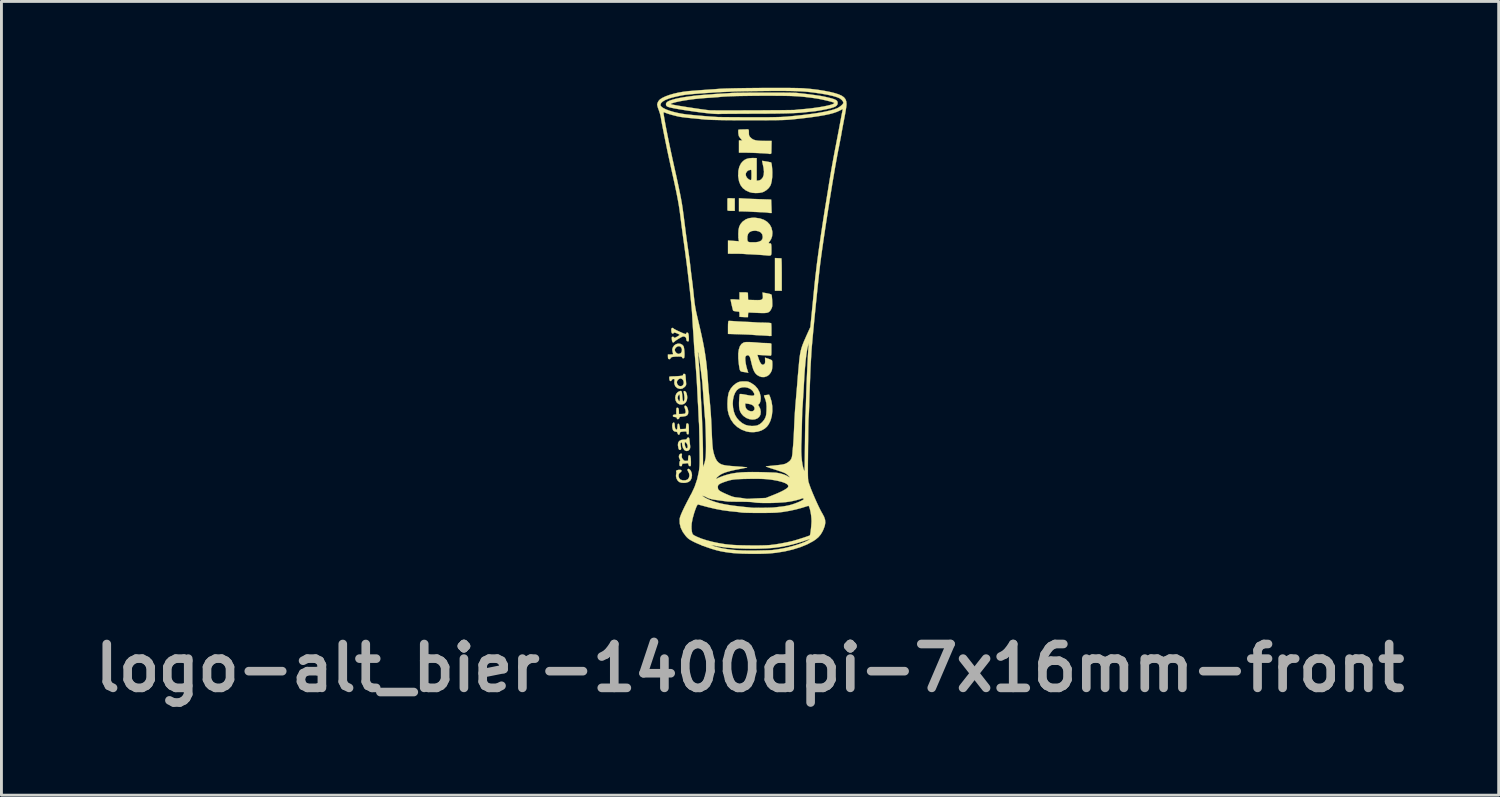
<source format=kicad_pcb>
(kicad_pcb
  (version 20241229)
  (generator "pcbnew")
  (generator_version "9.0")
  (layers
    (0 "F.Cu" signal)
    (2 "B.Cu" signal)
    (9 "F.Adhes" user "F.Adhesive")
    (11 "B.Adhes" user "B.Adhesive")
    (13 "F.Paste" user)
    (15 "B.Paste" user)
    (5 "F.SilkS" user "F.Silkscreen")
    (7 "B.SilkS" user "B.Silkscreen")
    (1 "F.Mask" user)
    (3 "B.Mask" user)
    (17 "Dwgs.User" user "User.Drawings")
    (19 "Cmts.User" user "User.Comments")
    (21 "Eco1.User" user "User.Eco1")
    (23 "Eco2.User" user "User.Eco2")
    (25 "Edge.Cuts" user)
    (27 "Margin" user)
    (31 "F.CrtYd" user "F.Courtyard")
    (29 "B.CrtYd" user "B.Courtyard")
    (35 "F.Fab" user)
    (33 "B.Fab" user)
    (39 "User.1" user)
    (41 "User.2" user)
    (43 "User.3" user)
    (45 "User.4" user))
  (footprint "logo-alt_bier-1400dpi-7x16mm-front"
    (layer "F.Cu")
    (at 23.062 8.087)
    (property "Reference" "logo-alt_bier-1400dpi-7x16mm-front" (at -0.05 12.075 0) (layer "F.Fab") (effects (font (size 1.524 1.524) (thickness 0.3))))
    (attr through_hole)
    (fp_poly (pts (xy 0.921 -2.166) (xy 0.98 -2.164) (xy 1.023 -2.161) (xy 1.039 -2.16) (xy 1.042 -2.143) (xy 1.045 -2.093) (xy 1.048 -2.016) (xy 1.05 -1.915) (xy 1.051 -1.796) (xy 1.052 -1.663) (xy 1.052 -1.597) (xy 1.052 -1.034) (xy 0.816 -1.034) (xy 0.816 -2.171) (xy 0.921 -2.166)) (stroke (width 0.01) (type solid)) (fill yes) (layer "F.SilkS"))
    (fp_poly (pts (xy -0.708 -4.248) (xy -0.581 -4.242) (xy -0.581 -3.81) (xy -0.708 -3.81) (xy -0.782 -3.812) (xy -0.823 -3.82) (xy -0.835 -3.833) (xy -0.836 -3.869) (xy -0.836 -3.929) (xy -0.836 -4.002) (xy -0.836 -4.078) (xy -0.836 -4.148) (xy -0.836 -4.201) (xy -0.836 -4.227) (xy -0.829 -4.242) (xy -0.804 -4.249) (xy -0.754 -4.25) (xy -0.708 -4.248)) (stroke (width 0.01) (type solid)) (fill yes) (layer "F.SilkS"))
    (fp_poly (pts (xy -0.268 -4.239) (xy -0.197 -4.235) (xy -0.099 -4.23) (xy 0.019 -4.225) (xy 0.146 -4.221) (xy 0.275 -4.216) (xy 0.29 -4.216) (xy 0.405 -4.213) (xy 0.507 -4.209) (xy 0.59 -4.207) (xy 0.649 -4.204) (xy 0.68 -4.203) (xy 0.683 -4.202) (xy 0.684 -4.185) (xy 0.687 -4.137) (xy 0.689 -4.067) (xy 0.692 -3.982) (xy 0.693 -3.969) (xy 0.7 -3.737) (xy 0.643 -3.737) (xy 0.601 -3.74) (xy 0.578 -3.746) (xy 0.578 -3.746) (xy 0.558 -3.749) (xy 0.508 -3.754) (xy 0.435 -3.759) (xy 0.345 -3.763) (xy 0.298 -3.765) (xy 0.194 -3.77) (xy 0.095 -3.774) (xy 0.01 -3.779) (xy -0.05 -3.782) (xy -0.064 -3.783) (xy -0.129 -3.786) (xy -0.212 -3.789) (xy -0.295 -3.791) (xy -0.435 -3.792) (xy -0.435 -4.25) (xy -0.268 -4.239)) (stroke (width 0.01) (type solid)) (fill yes) (layer "F.SilkS"))
    (fp_poly (pts (xy -2.182 5.156) (xy -2.141 5.18) (xy -2.105 5.231) (xy -2.079 5.298) (xy -2.068 5.37) (xy -2.068 5.374) (xy -2.082 5.477) (xy -2.122 5.556) (xy -2.188 5.609) (xy -2.28 5.637) (xy -2.349 5.642) (xy -2.442 5.635) (xy -2.51 5.611) (xy -2.515 5.608) (xy -2.569 5.556) (xy -2.607 5.484) (xy -2.624 5.406) (xy -2.618 5.344) (xy -2.609 5.297) (xy -2.613 5.262) (xy -2.614 5.259) (xy -2.619 5.227) (xy -2.592 5.203) (xy -2.538 5.19) (xy -2.511 5.189) (xy -2.46 5.191) (xy -2.437 5.202) (xy -2.431 5.224) (xy -2.431 5.226) (xy -2.448 5.262) (xy -2.475 5.279) (xy -2.513 5.311) (xy -2.532 5.362) (xy -2.532 5.421) (xy -2.513 5.478) (xy -2.476 5.522) (xy -2.462 5.53) (xy -2.384 5.554) (xy -2.303 5.554) (xy -2.233 5.53) (xy -2.204 5.507) (xy -2.169 5.449) (xy -2.157 5.376) (xy -2.171 5.303) (xy -2.197 5.254) (xy -2.221 5.21) (xy -2.222 5.174) (xy -2.202 5.156) (xy -2.182 5.156)) (stroke (width 0.01) (type solid)) (fill yes) (layer "F.SilkS"))
    (fp_poly (pts (xy -2.263 2.978) (xy -2.234 3.02) (xy -2.211 3.08) (xy -2.198 3.15) (xy -2.197 3.178) (xy -2.205 3.246) (xy -2.235 3.293) (xy -2.291 3.321) (xy -2.378 3.335) (xy -2.382 3.335) (xy -2.447 3.34) (xy -2.484 3.348) (xy -2.502 3.362) (xy -2.507 3.381) (xy -2.523 3.412) (xy -2.552 3.427) (xy -2.58 3.424) (xy -2.594 3.399) (xy -2.594 3.395) (xy -2.602 3.37) (xy -2.631 3.357) (xy -2.662 3.353) (xy -2.709 3.345) (xy -2.728 3.328) (xy -2.731 3.311) (xy -2.721 3.284) (xy -2.687 3.271) (xy -2.672 3.269) (xy -2.613 3.263) (xy -2.613 3.147) (xy -2.611 3.083) (xy -2.606 3.048) (xy -2.594 3.033) (xy -2.578 3.03) (xy -2.548 3.039) (xy -2.53 3.072) (xy -2.523 3.132) (xy -2.522 3.167) (xy -2.522 3.248) (xy -2.433 3.248) (xy -2.374 3.245) (xy -2.328 3.24) (xy -2.315 3.237) (xy -2.292 3.21) (xy -2.287 3.16) (xy -2.299 3.095) (xy -2.314 3.053) (xy -2.33 3) (xy -2.324 2.97) (xy -2.322 2.968) (xy -2.293 2.958) (xy -2.263 2.978)) (stroke (width 0.01) (type solid)) (fill yes) (layer "F.SilkS"))
    (fp_poly (pts (xy -2.431 2.461) (xy -2.417 2.502) (xy -2.408 2.572) (xy -2.403 2.631) (xy -2.396 2.707) (xy -2.388 2.767) (xy -2.38 2.804) (xy -2.375 2.812) (xy -2.356 2.798) (xy -2.339 2.773) (xy -2.328 2.728) (xy -2.329 2.655) (xy -2.343 2.553) (xy -2.351 2.507) (xy -2.357 2.466) (xy -2.348 2.451) (xy -2.321 2.452) (xy -2.285 2.475) (xy -2.257 2.527) (xy -2.239 2.605) (xy -2.233 2.682) (xy -2.246 2.772) (xy -2.284 2.844) (xy -2.341 2.895) (xy -2.412 2.919) (xy -2.492 2.914) (xy -2.544 2.893) (xy -2.601 2.843) (xy -2.636 2.774) (xy -2.649 2.694) (xy -2.646 2.669) (xy -2.566 2.669) (xy -2.565 2.708) (xy -2.55 2.749) (xy -2.525 2.797) (xy -2.506 2.81) (xy -2.493 2.787) (xy -2.486 2.73) (xy -2.486 2.695) (xy -2.489 2.62) (xy -2.5 2.578) (xy -2.516 2.569) (xy -2.537 2.594) (xy -2.55 2.62) (xy -2.566 2.669) (xy -2.646 2.669) (xy -2.64 2.614) (xy -2.61 2.542) (xy -2.558 2.487) (xy -2.541 2.477) (xy -2.489 2.453) (xy -2.454 2.446) (xy -2.431 2.461)) (stroke (width 0.01) (type solid)) (fill yes) (layer "F.SilkS"))
    (fp_poly (pts (xy -2.421 4.631) (xy -2.416 4.653) (xy -2.421 4.691) (xy -2.425 4.741) (xy -2.41 4.783) (xy -2.385 4.819) (xy -2.35 4.86) (xy -2.316 4.876) (xy -2.271 4.877) (xy -2.204 4.871) (xy -2.199 4.776) (xy -2.193 4.719) (xy -2.183 4.69) (xy -2.165 4.681) (xy -2.16 4.681) (xy -2.137 4.694) (xy -2.12 4.733) (xy -2.109 4.803) (xy -2.105 4.905) (xy -2.105 4.939) (xy -2.106 5.005) (xy -2.11 5.042) (xy -2.121 5.058) (xy -2.14 5.062) (xy -2.141 5.062) (xy -2.172 5.05) (xy -2.189 5.009) (xy -2.189 5.006) (xy -2.201 4.967) (xy -2.222 4.956) (xy -2.255 4.96) (xy -2.314 4.969) (xy -2.361 4.971) (xy -2.399 4.977) (xy -2.412 4.999) (xy -2.413 5.016) (xy -2.422 5.053) (xy -2.446 5.062) (xy -2.481 5.056) (xy -2.492 5.05) (xy -2.501 5.023) (xy -2.504 4.977) (xy -2.501 4.928) (xy -2.492 4.89) (xy -2.482 4.876) (xy -2.473 4.861) (xy -2.49 4.827) (xy -2.491 4.825) (xy -2.518 4.767) (xy -2.522 4.709) (xy -2.505 4.661) (xy -2.47 4.631) (xy -2.444 4.626) (xy -2.421 4.631)) (stroke (width 0.01) (type solid)) (fill yes) (layer "F.SilkS"))
    (fp_poly (pts (xy -0.718 0.015) (xy -0.65 0.019) (xy -0.631 0.021) (xy -0.56 0.026) (xy -0.464 0.032) (xy -0.352 0.038) (xy -0.237 0.044) (xy -0.193 0.046) (xy -0.089 0.05) (xy 0.006 0.055) (xy 0.084 0.06) (xy 0.137 0.063) (xy 0.154 0.065) (xy 0.193 0.067) (xy 0.259 0.07) (xy 0.343 0.073) (xy 0.436 0.074) (xy 0.44 0.074) (xy 0.529 0.077) (xy 0.603 0.081) (xy 0.657 0.087) (xy 0.682 0.094) (xy 0.683 0.095) (xy 0.687 0.119) (xy 0.69 0.171) (xy 0.693 0.244) (xy 0.693 0.323) (xy 0.693 0.535) (xy 0.646 0.537) (xy 0.609 0.537) (xy 0.594 0.534) (xy 0.575 0.531) (xy 0.526 0.527) (xy 0.455 0.523) (xy 0.367 0.518) (xy 0.335 0.517) (xy 0.239 0.512) (xy 0.153 0.507) (xy 0.085 0.502) (xy 0.043 0.499) (xy 0.037 0.498) (xy 0.006 0.495) (xy -0.055 0.492) (xy -0.14 0.488) (xy -0.244 0.484) (xy -0.361 0.48) (xy -0.412 0.478) (xy -0.816 0.466) (xy -0.816 0.244) (xy -0.815 0.137) (xy -0.81 0.063) (xy -0.802 0.022) (xy -0.797 0.015) (xy -0.77 0.013) (xy -0.718 0.015)) (stroke (width 0.01) (type solid)) (fill yes) (layer "F.SilkS"))
    (fp_poly (pts (xy -0.129 -6.642) (xy -0.122 -6.642) (xy -0.105 -6.635) (xy -0.095 -6.613) (xy -0.091 -6.566) (xy -0.091 -6.529) (xy -0.089 -6.465) (xy -0.08 -6.423) (xy -0.059 -6.388) (xy -0.023 -6.35) (xy 0.024 -6.311) (xy 0.078 -6.282) (xy 0.147 -6.262) (xy 0.234 -6.249) (xy 0.347 -6.243) (xy 0.468 -6.241) (xy 0.699 -6.241) (xy 0.695 -6.055) (xy 0.694 -5.972) (xy 0.692 -5.9) (xy 0.691 -5.847) (xy 0.691 -5.828) (xy 0.68 -5.796) (xy 0.647 -5.788) (xy 0.611 -5.79) (xy 0.597 -5.795) (xy 0.577 -5.799) (xy 0.526 -5.803) (xy 0.451 -5.808) (xy 0.358 -5.813) (xy 0.252 -5.818) (xy 0.141 -5.823) (xy 0.028 -5.827) (xy -0.078 -5.83) (xy -0.173 -5.832) (xy -0.249 -5.833) (xy -0.435 -5.833) (xy -0.435 -6.046) (xy -0.435 -6.259) (xy -0.32 -6.259) (xy -0.366 -6.309) (xy -0.404 -6.355) (xy -0.434 -6.4) (xy -0.435 -6.402) (xy -0.446 -6.439) (xy -0.455 -6.493) (xy -0.459 -6.551) (xy -0.459 -6.601) (xy -0.453 -6.629) (xy -0.452 -6.63) (xy -0.432 -6.633) (xy -0.386 -6.637) (xy -0.322 -6.639) (xy -0.252 -6.641) (xy -0.184 -6.642) (xy -0.129 -6.642)) (stroke (width 0.01) (type solid)) (fill yes) (layer "F.SilkS"))
    (fp_poly (pts (xy -2.179 4.069) (xy -2.166 4.089) (xy -2.157 4.132) (xy -2.152 4.177) (xy -2.144 4.252) (xy -2.136 4.325) (xy -2.13 4.364) (xy -2.133 4.434) (xy -2.159 4.489) (xy -2.201 4.524) (xy -2.253 4.535) (xy -2.308 4.518) (xy -2.338 4.493) (xy -2.379 4.428) (xy -2.406 4.345) (xy -2.413 4.278) (xy -2.416 4.257) (xy -2.321 4.257) (xy -2.318 4.307) (xy -2.318 4.309) (xy -2.305 4.371) (xy -2.283 4.416) (xy -2.259 4.441) (xy -2.237 4.44) (xy -2.22 4.411) (xy -2.217 4.396) (xy -2.22 4.349) (xy -2.237 4.298) (xy -2.262 4.254) (xy -2.288 4.229) (xy -2.297 4.227) (xy -2.315 4.233) (xy -2.321 4.257) (xy -2.416 4.257) (xy -2.418 4.243) (xy -2.436 4.238) (xy -2.442 4.24) (xy -2.46 4.254) (xy -2.465 4.285) (xy -2.461 4.334) (xy -2.453 4.393) (xy -2.446 4.442) (xy -2.445 4.454) (xy -2.453 4.485) (xy -2.48 4.496) (xy -2.508 4.493) (xy -2.527 4.468) (xy -2.539 4.433) (xy -2.557 4.328) (xy -2.548 4.246) (xy -2.511 4.188) (xy -2.446 4.152) (xy -2.352 4.137) (xy -2.331 4.137) (xy -2.279 4.133) (xy -2.253 4.119) (xy -2.244 4.1) (xy -2.221 4.07) (xy -2.199 4.064) (xy -2.179 4.069)) (stroke (width 0.01) (type solid)) (fill yes) (layer "F.SilkS"))
    (fp_poly (pts (xy -2.684 3.553) (xy -2.67 3.594) (xy -2.667 3.64) (xy -2.66 3.716) (xy -2.64 3.768) (xy -2.61 3.791) (xy -2.604 3.792) (xy -2.587 3.78) (xy -2.577 3.74) (xy -2.573 3.688) (xy -2.567 3.625) (xy -2.556 3.592) (xy -2.54 3.583) (xy -2.519 3.599) (xy -2.503 3.647) (xy -2.496 3.679) (xy -2.48 3.775) (xy -2.379 3.77) (xy -2.277 3.765) (xy -2.271 3.669) (xy -2.266 3.612) (xy -2.256 3.584) (xy -2.237 3.574) (xy -2.233 3.574) (xy -2.209 3.579) (xy -2.193 3.598) (xy -2.183 3.636) (xy -2.178 3.7) (xy -2.177 3.793) (xy -2.178 3.87) (xy -2.181 3.918) (xy -2.187 3.944) (xy -2.199 3.954) (xy -2.213 3.955) (xy -2.242 3.944) (xy -2.25 3.911) (xy -2.253 3.877) (xy -2.268 3.859) (xy -2.303 3.853) (xy -2.364 3.857) (xy -2.382 3.859) (xy -2.44 3.866) (xy -2.471 3.877) (xy -2.485 3.895) (xy -2.489 3.917) (xy -2.504 3.959) (xy -2.53 3.97) (xy -2.555 3.951) (xy -2.567 3.92) (xy -2.582 3.88) (xy -2.61 3.865) (xy -2.629 3.864) (xy -2.679 3.851) (xy -2.713 3.828) (xy -2.737 3.782) (xy -2.751 3.718) (xy -2.755 3.649) (xy -2.746 3.591) (xy -2.735 3.567) (xy -2.706 3.543) (xy -2.684 3.553)) (stroke (width 0.01) (type solid)) (fill yes) (layer "F.SilkS"))
    (fp_poly (pts (xy -2.478 0.807) (xy -2.411 0.838) (xy -2.365 0.887) (xy -2.351 0.925) (xy -2.34 0.987) (xy -2.332 1.063) (xy -2.328 1.142) (xy -2.328 1.215) (xy -2.333 1.271) (xy -2.343 1.301) (xy -2.372 1.314) (xy -2.401 1.303) (xy -2.413 1.277) (xy -2.423 1.263) (xy -2.457 1.255) (xy -2.52 1.252) (xy -2.528 1.252) (xy -2.65 1.255) (xy -2.737 1.264) (xy -2.79 1.281) (xy -2.812 1.304) (xy -2.812 1.309) (xy -2.826 1.335) (xy -2.858 1.344) (xy -2.89 1.331) (xy -2.891 1.33) (xy -2.899 1.306) (xy -2.903 1.261) (xy -2.903 1.249) (xy -2.903 1.179) (xy -2.81 1.179) (xy -2.756 1.178) (xy -2.73 1.172) (xy -2.725 1.157) (xy -2.729 1.138) (xy -2.747 1.064) (xy -2.75 1.025) (xy -2.667 1.025) (xy -2.651 1.077) (xy -2.612 1.125) (xy -2.562 1.156) (xy -2.532 1.161) (xy -2.484 1.148) (xy -2.449 1.125) (xy -2.421 1.074) (xy -2.417 1.01) (xy -2.435 0.949) (xy -2.474 0.903) (xy -2.475 0.903) (xy -2.523 0.89) (xy -2.577 0.903) (xy -2.625 0.937) (xy -2.658 0.984) (xy -2.667 1.025) (xy -2.75 1.025) (xy -2.752 1.01) (xy -2.743 0.963) (xy -2.733 0.938) (xy -2.688 0.869) (xy -2.625 0.824) (xy -2.552 0.802) (xy -2.478 0.807)) (stroke (width 0.01) (type solid)) (fill yes) (layer "F.SilkS"))
    (fp_poly (pts (xy -2.311 1.862) (xy -2.297 1.885) (xy -2.291 1.932) (xy -2.289 1.95) (xy -2.284 2.024) (xy -2.277 2.107) (xy -2.274 2.146) (xy -2.27 2.206) (xy -2.275 2.245) (xy -2.293 2.276) (xy -2.328 2.313) (xy -2.399 2.363) (xy -2.477 2.377) (xy -2.558 2.356) (xy -2.588 2.34) (xy -2.649 2.281) (xy -2.679 2.203) (xy -2.679 2.146) (xy -2.594 2.146) (xy -2.581 2.207) (xy -2.545 2.253) (xy -2.495 2.28) (xy -2.442 2.282) (xy -2.392 2.256) (xy -2.385 2.249) (xy -2.357 2.196) (xy -2.354 2.137) (xy -2.372 2.08) (xy -2.407 2.035) (xy -2.457 2.014) (xy -2.467 2.014) (xy -2.519 2.03) (xy -2.564 2.07) (xy -2.591 2.122) (xy -2.594 2.146) (xy -2.679 2.146) (xy -2.679 2.113) (xy -2.673 2.063) (xy -2.678 2.04) (xy -2.697 2.032) (xy -2.714 2.032) (xy -2.756 2.044) (xy -2.771 2.068) (xy -2.792 2.098) (xy -2.812 2.105) (xy -2.836 2.093) (xy -2.85 2.054) (xy -2.853 2.037) (xy -2.857 1.989) (xy -2.855 1.958) (xy -2.854 1.955) (xy -2.833 1.947) (xy -2.787 1.942) (xy -2.75 1.941) (xy -2.682 1.94) (xy -2.596 1.935) (xy -2.516 1.93) (xy -2.445 1.922) (xy -2.403 1.914) (xy -2.382 1.903) (xy -2.377 1.886) (xy -2.377 1.883) (xy -2.367 1.857) (xy -2.336 1.854) (xy -2.311 1.862)) (stroke (width 0.01) (type solid)) (fill yes) (layer "F.SilkS"))
    (fp_poly (pts (xy -2.727 0.26) (xy -2.709 0.279) (xy -2.688 0.294) (xy -2.642 0.319) (xy -2.578 0.351) (xy -2.506 0.385) (xy -2.432 0.418) (xy -2.365 0.446) (xy -2.314 0.465) (xy -2.287 0.472) (xy -2.27 0.457) (xy -2.268 0.445) (xy -2.253 0.422) (xy -2.234 0.417) (xy -2.207 0.431) (xy -2.189 0.472) (xy -2.18 0.545) (xy -2.177 0.629) (xy -2.178 0.686) (xy -2.184 0.715) (xy -2.199 0.724) (xy -2.218 0.722) (xy -2.247 0.711) (xy -2.261 0.679) (xy -2.264 0.65) (xy -2.275 0.601) (xy -2.301 0.573) (xy -2.323 0.562) (xy -2.35 0.553) (xy -2.377 0.554) (xy -2.412 0.565) (xy -2.462 0.592) (xy -2.523 0.627) (xy -2.588 0.667) (xy -2.641 0.703) (xy -2.673 0.729) (xy -2.68 0.737) (xy -2.704 0.759) (xy -2.721 0.762) (xy -2.743 0.752) (xy -2.757 0.718) (xy -2.764 0.678) (xy -2.769 0.625) (xy -2.768 0.587) (xy -2.766 0.579) (xy -2.739 0.563) (xy -2.707 0.571) (xy -2.692 0.589) (xy -2.68 0.602) (xy -2.657 0.599) (xy -2.613 0.577) (xy -2.597 0.568) (xy -2.536 0.533) (xy -2.505 0.509) (xy -2.503 0.491) (xy -2.528 0.473) (xy -2.568 0.455) (xy -2.64 0.427) (xy -2.684 0.418) (xy -2.703 0.43) (xy -2.703 0.435) (xy -2.718 0.45) (xy -2.737 0.454) (xy -2.762 0.443) (xy -2.778 0.408) (xy -2.783 0.382) (xy -2.787 0.329) (xy -2.785 0.288) (xy -2.783 0.283) (xy -2.759 0.257) (xy -2.727 0.26)) (stroke (width 0.01) (type solid)) (fill yes) (layer "F.SilkS"))
    (fp_poly (pts (xy -0.192 -0.978) (xy -0.144 -0.971) (xy -0.126 -0.96) (xy -0.125 -0.957) (xy -0.124 -0.928) (xy -0.122 -0.875) (xy -0.121 -0.826) (xy -0.118 -0.717) (xy 0.106 -0.711) (xy 0.202 -0.709) (xy 0.269 -0.71) (xy 0.313 -0.714) (xy 0.342 -0.722) (xy 0.363 -0.735) (xy 0.367 -0.738) (xy 0.388 -0.763) (xy 0.396 -0.795) (xy 0.395 -0.847) (xy 0.393 -0.872) (xy 0.382 -0.973) (xy 0.535 -0.946) (xy 0.624 -0.927) (xy 0.678 -0.909) (xy 0.7 -0.891) (xy 0.705 -0.861) (xy 0.711 -0.804) (xy 0.717 -0.73) (xy 0.72 -0.671) (xy 0.723 -0.583) (xy 0.723 -0.521) (xy 0.717 -0.477) (xy 0.705 -0.439) (xy 0.686 -0.399) (xy 0.656 -0.347) (xy 0.622 -0.309) (xy 0.58 -0.282) (xy 0.524 -0.267) (xy 0.447 -0.26) (xy 0.344 -0.26) (xy 0.245 -0.264) (xy 0.146 -0.268) (xy 0.056 -0.272) (xy -0.016 -0.275) (xy -0.062 -0.278) (xy -0.073 -0.278) (xy -0.101 -0.277) (xy -0.114 -0.261) (xy -0.119 -0.223) (xy -0.12 -0.2) (xy -0.122 -0.118) (xy -0.192 -0.118) (xy -0.26 -0.119) (xy -0.331 -0.123) (xy -0.34 -0.123) (xy -0.417 -0.129) (xy -0.417 -0.219) (xy -0.42 -0.274) (xy -0.429 -0.301) (xy -0.448 -0.309) (xy -0.449 -0.309) (xy -0.502 -0.313) (xy -0.559 -0.321) (xy -0.608 -0.331) (xy -0.635 -0.341) (xy -0.637 -0.342) (xy -0.644 -0.363) (xy -0.656 -0.41) (xy -0.672 -0.474) (xy -0.689 -0.546) (xy -0.705 -0.617) (xy -0.717 -0.678) (xy -0.725 -0.72) (xy -0.726 -0.731) (xy -0.709 -0.736) (xy -0.665 -0.737) (xy -0.6 -0.735) (xy -0.572 -0.733) (xy -0.417 -0.722) (xy -0.417 -0.98) (xy -0.272 -0.98) (xy -0.192 -0.978)) (stroke (width 0.01) (type solid)) (fill yes) (layer "F.SilkS"))
    (fp_poly (pts (xy 0.122 -5.645) (xy 0.181 -5.642) (xy 0.181 -4.862) (xy 0.233 -4.862) (xy 0.286 -4.874) (xy 0.331 -4.898) (xy 0.39 -4.965) (xy 0.424 -5.055) (xy 0.434 -5.169) (xy 0.419 -5.309) (xy 0.4 -5.397) (xy 0.385 -5.465) (xy 0.374 -5.516) (xy 0.37 -5.544) (xy 0.37 -5.547) (xy 0.389 -5.546) (xy 0.433 -5.54) (xy 0.492 -5.53) (xy 0.557 -5.519) (xy 0.617 -5.507) (xy 0.662 -5.498) (xy 0.683 -5.492) (xy 0.683 -5.492) (xy 0.693 -5.465) (xy 0.704 -5.41) (xy 0.713 -5.334) (xy 0.72 -5.247) (xy 0.724 -5.156) (xy 0.724 -5.145) (xy 0.721 -4.989) (xy 0.704 -4.85) (xy 0.676 -4.735) (xy 0.652 -4.679) (xy 0.596 -4.6) (xy 0.516 -4.528) (xy 0.425 -4.473) (xy 0.374 -4.454) (xy 0.268 -4.434) (xy 0.147 -4.429) (xy 0.028 -4.438) (xy -0.067 -4.461) (xy -0.2 -4.522) (xy -0.304 -4.604) (xy -0.382 -4.709) (xy -0.433 -4.838) (xy -0.459 -4.993) (xy -0.462 -5.035) (xy -0.461 -5.051) (xy -0.2 -5.051) (xy -0.171 -4.982) (xy -0.138 -4.942) (xy -0.093 -4.905) (xy -0.052 -4.883) (xy -0.038 -4.88) (xy -0.021 -4.883) (xy -0.01 -4.893) (xy -0.004 -4.919) (xy -0.001 -4.967) (xy -0.000013 -5.042) (xy 0 -5.064) (xy -0.001 -5.147) (xy -0.003 -5.2) (xy -0.009 -5.228) (xy -0.018 -5.238) (xy -0.029 -5.236) (xy -0.07 -5.226) (xy -0.084 -5.225) (xy -0.114 -5.213) (xy -0.152 -5.184) (xy -0.155 -5.181) (xy -0.194 -5.119) (xy -0.2 -5.051) (xy -0.461 -5.051) (xy -0.456 -5.201) (xy -0.423 -5.342) (xy -0.364 -5.46) (xy -0.305 -5.528) (xy -0.24 -5.581) (xy -0.167 -5.617) (xy -0.081 -5.638) (xy 0.028 -5.646) (xy 0.122 -5.645)) (stroke (width 0.01) (type solid)) (fill yes) (layer "F.SilkS"))
    (fp_poly (pts (xy 0.134 -3.57) (xy 0.294 -3.547) (xy 0.432 -3.499) (xy 0.546 -3.428) (xy 0.633 -3.336) (xy 0.693 -3.225) (xy 0.723 -3.097) (xy 0.726 -3.038) (xy 0.715 -2.923) (xy 0.679 -2.825) (xy 0.632 -2.753) (xy 0.602 -2.71) (xy 0.599 -2.687) (xy 0.624 -2.682) (xy 0.647 -2.683) (xy 0.667 -2.68) (xy 0.68 -2.661) (xy 0.688 -2.62) (xy 0.692 -2.554) (xy 0.693 -2.456) (xy 0.693 -2.452) (xy 0.693 -2.366) (xy 0.69 -2.309) (xy 0.677 -2.274) (xy 0.651 -2.258) (xy 0.603 -2.255) (xy 0.529 -2.262) (xy 0.463 -2.268) (xy 0.391 -2.274) (xy 0.294 -2.281) (xy 0.183 -2.288) (xy 0.07 -2.294) (xy 0.036 -2.296) (xy -0.063 -2.301) (xy -0.15 -2.305) (xy -0.219 -2.31) (xy -0.262 -2.313) (xy -0.272 -2.314) (xy -0.299 -2.316) (xy -0.356 -2.318) (xy -0.433 -2.32) (xy -0.525 -2.321) (xy -0.558 -2.321) (xy -0.816 -2.322) (xy -0.816 -2.78) (xy -0.624 -2.767) (xy -0.432 -2.754) (xy -0.445 -2.794) (xy -0.45 -2.83) (xy -0.454 -2.881) (xy -0.145 -2.881) (xy -0.143 -2.805) (xy -0.132 -2.758) (xy -0.108 -2.733) (xy -0.064 -2.722) (xy -0.012 -2.718) (xy 0.13 -2.718) (xy 0.24 -2.733) (xy 0.317 -2.764) (xy 0.343 -2.784) (xy 0.376 -2.829) (xy 0.389 -2.884) (xy 0.39 -2.91) (xy 0.374 -2.992) (xy 0.329 -3.055) (xy 0.255 -3.098) (xy 0.156 -3.119) (xy 0.109 -3.121) (xy 0.007 -3.108) (xy -0.07 -3.07) (xy -0.12 -3.006) (xy -0.143 -2.919) (xy -0.145 -2.881) (xy -0.454 -2.881) (xy -0.455 -2.891) (xy -0.457 -2.968) (xy -0.458 -3.01) (xy -0.451 -3.145) (xy -0.428 -3.254) (xy -0.386 -3.343) (xy -0.322 -3.422) (xy -0.294 -3.448) (xy -0.199 -3.514) (xy -0.091 -3.555) (xy 0.036 -3.571) (xy 0.134 -3.57)) (stroke (width 0.01) (type solid)) (fill yes) (layer "F.SilkS"))
    (fp_poly (pts (xy -0.052 0.75) (xy 0.017 0.753) (xy 0.104 0.759) (xy 0.178 0.764) (xy 0.23 0.769) (xy 0.255 0.772) (xy 0.255 0.772) (xy 0.277 0.775) (xy 0.327 0.778) (xy 0.398 0.781) (xy 0.478 0.783) (xy 0.57 0.786) (xy 0.632 0.79) (xy 0.669 0.796) (xy 0.686 0.805) (xy 0.691 0.816) (xy 0.691 0.845) (xy 0.691 0.901) (xy 0.691 0.976) (xy 0.691 1.034) (xy 0.691 1.119) (xy 0.688 1.175) (xy 0.683 1.206) (xy 0.673 1.219) (xy 0.659 1.221) (xy 0.659 1.221) (xy 0.629 1.219) (xy 0.571 1.215) (xy 0.494 1.21) (xy 0.416 1.206) (xy 0.205 1.193) (xy 0.248 1.327) (xy 0.275 1.398) (xy 0.305 1.461) (xy 0.333 1.502) (xy 0.335 1.505) (xy 0.37 1.533) (xy 0.399 1.537) (xy 0.426 1.528) (xy 0.453 1.51) (xy 0.469 1.484) (xy 0.475 1.439) (xy 0.474 1.368) (xy 0.473 1.357) (xy 0.47 1.29) (xy 0.584 1.328) (xy 0.645 1.351) (xy 0.691 1.372) (xy 0.712 1.386) (xy 0.72 1.418) (xy 0.724 1.474) (xy 0.725 1.545) (xy 0.722 1.619) (xy 0.715 1.686) (xy 0.707 1.728) (xy 0.669 1.81) (xy 0.61 1.884) (xy 0.544 1.932) (xy 0.446 1.965) (xy 0.347 1.963) (xy 0.259 1.931) (xy 0.194 1.892) (xy 0.141 1.841) (xy 0.097 1.775) (xy 0.058 1.687) (xy 0.023 1.573) (xy -0.009 1.442) (xy -0.026 1.371) (xy -0.043 1.307) (xy -0.057 1.266) (xy -0.089 1.219) (xy -0.132 1.204) (xy -0.179 1.222) (xy -0.185 1.228) (xy -0.204 1.249) (xy -0.214 1.276) (xy -0.216 1.318) (xy -0.213 1.386) (xy -0.212 1.397) (xy -0.201 1.485) (xy -0.181 1.586) (xy -0.157 1.675) (xy -0.112 1.818) (xy -0.151 1.808) (xy -0.192 1.8) (xy -0.251 1.791) (xy -0.287 1.786) (xy -0.333 1.778) (xy -0.367 1.767) (xy -0.39 1.745) (xy -0.407 1.707) (xy -0.42 1.647) (xy -0.433 1.559) (xy -0.44 1.511) (xy -0.458 1.316) (xy -0.459 1.148) (xy -0.44 1.008) (xy -0.404 0.898) (xy -0.35 0.818) (xy -0.278 0.768) (xy -0.241 0.757) (xy -0.197 0.75) (xy -0.136 0.748) (xy -0.052 0.75)) (stroke (width 0.01) (type solid)) (fill yes) (layer "F.SilkS"))
    (fp_poly (pts (xy -0.185 2.116) (xy -0.129 2.122) (xy -0.078 2.138) (xy -0.02 2.167) (xy -0.003 2.176) (xy 0.12 2.262) (xy 0.216 2.372) (xy 0.283 2.501) (xy 0.318 2.64) (xy 0.321 2.722) (xy 0.31 2.8) (xy 0.289 2.865) (xy 0.258 2.904) (xy 0.256 2.906) (xy 0.236 2.921) (xy 0.235 2.939) (xy 0.253 2.972) (xy 0.265 2.988) (xy 0.305 3.074) (xy 0.321 3.17) (xy 0.312 3.262) (xy 0.309 3.274) (xy 0.267 3.349) (xy 0.202 3.403) (xy 0.119 3.434) (xy 0.025 3.442) (xy -0.074 3.427) (xy -0.173 3.389) (xy -0.266 3.327) (xy -0.293 3.303) (xy -0.35 3.238) (xy -0.391 3.168) (xy -0.418 3.085) (xy -0.431 2.984) (xy -0.432 2.938) (xy -0.218 2.938) (xy -0.209 2.996) (xy -0.189 3.05) (xy -0.148 3.1) (xy -0.09 3.135) (xy -0.025 3.154) (xy 0.036 3.152) (xy 0.08 3.128) (xy 0.107 3.08) (xy 0.103 3.024) (xy 0.073 2.971) (xy 0.02 2.931) (xy -0.028 2.913) (xy -0.093 2.897) (xy -0.124 2.892) (xy -0.218 2.88) (xy -0.218 2.938) (xy -0.432 2.938) (xy -0.433 2.858) (xy -0.43 2.788) (xy -0.425 2.702) (xy -0.419 2.63) (xy -0.412 2.579) (xy -0.405 2.557) (xy -0.381 2.553) (xy -0.33 2.557) (xy -0.259 2.568) (xy -0.208 2.578) (xy -0.091 2.6) (xy -0.004 2.612) (xy 0.054 2.612) (xy 0.087 2.601) (xy 0.099 2.577) (xy 0.094 2.541) (xy 0.088 2.523) (xy 0.039 2.443) (xy -0.035 2.38) (xy -0.126 2.337) (xy -0.227 2.317) (xy -0.329 2.323) (xy -0.426 2.355) (xy -0.435 2.36) (xy -0.511 2.422) (xy -0.571 2.512) (xy -0.615 2.623) (xy -0.642 2.75) (xy -0.651 2.887) (xy -0.641 3.028) (xy -0.612 3.168) (xy -0.569 3.286) (xy -0.506 3.39) (xy -0.419 3.488) (xy -0.317 3.57) (xy -0.21 3.626) (xy -0.209 3.627) (xy -0.104 3.654) (xy 0.015 3.665) (xy 0.131 3.659) (xy 0.202 3.644) (xy 0.289 3.602) (xy 0.372 3.533) (xy 0.442 3.446) (xy 0.466 3.404) (xy 0.489 3.354) (xy 0.504 3.304) (xy 0.514 3.244) (xy 0.52 3.162) (xy 0.522 3.117) (xy 0.524 2.979) (xy 0.514 2.866) (xy 0.491 2.767) (xy 0.459 2.68) (xy 0.443 2.637) (xy 0.436 2.609) (xy 0.437 2.606) (xy 0.458 2.599) (xy 0.502 2.591) (xy 0.528 2.587) (xy 0.612 2.575) (xy 0.649 2.662) (xy 0.696 2.812) (xy 0.722 2.976) (xy 0.725 3.146) (xy 0.706 3.312) (xy 0.665 3.464) (xy 0.626 3.552) (xy 0.581 3.63) (xy 0.534 3.69) (xy 0.473 3.744) (xy 0.45 3.762) (xy 0.347 3.82) (xy 0.222 3.86) (xy 0.084 3.879) (xy -0.057 3.876) (xy -0.176 3.855) (xy -0.346 3.791) (xy -0.493 3.7) (xy -0.618 3.582) (xy -0.716 3.442) (xy -0.786 3.28) (xy -0.821 3.137) (xy -0.833 3.024) (xy -0.836 2.896) (xy -0.831 2.765) (xy -0.818 2.642) (xy -0.798 2.536) (xy -0.782 2.483) (xy -0.721 2.367) (xy -0.636 2.264) (xy -0.534 2.183) (xy -0.501 2.164) (xy -0.443 2.137) (xy -0.388 2.122) (xy -0.319 2.116) (xy -0.263 2.115) (xy -0.185 2.116)) (stroke (width 0.01) (type solid)) (fill yes) (layer "F.SilkS"))
    (fp_poly (pts (xy 0.75 -7.92) (xy 0.92 -7.92) (xy 1.079 -7.919) (xy 1.223 -7.917) (xy 1.348 -7.916) (xy 1.45 -7.914) (xy 1.525 -7.912) (xy 1.569 -7.909) (xy 1.822 -7.881) (xy 2.039 -7.855) (xy 2.224 -7.83) (xy 2.376 -7.808) (xy 2.498 -7.786) (xy 2.558 -7.773) (xy 2.695 -7.741) (xy 2.801 -7.713) (xy 2.879 -7.688) (xy 2.933 -7.662) (xy 2.968 -7.636) (xy 2.986 -7.605) (xy 2.993 -7.569) (xy 2.994 -7.556) (xy 2.987 -7.511) (xy 2.963 -7.473) (xy 2.92 -7.439) (xy 2.854 -7.409) (xy 2.76 -7.38) (xy 2.636 -7.35) (xy 2.546 -7.331) (xy 2.441 -7.311) (xy 2.339 -7.293) (xy 2.25 -7.279) (xy 2.183 -7.269) (xy 2.168 -7.268) (xy 2.099 -7.261) (xy 2.009 -7.252) (xy 1.916 -7.242) (xy 1.887 -7.239) (xy 1.79 -7.229) (xy 1.691 -7.22) (xy 1.584 -7.213) (xy 1.469 -7.207) (xy 1.34 -7.202) (xy 1.195 -7.197) (xy 1.03 -7.194) (xy 0.843 -7.191) (xy 0.63 -7.189) (xy 0.388 -7.188) (xy 0.113 -7.187) (xy 0.065 -7.187) (xy -0.136 -7.186) (xy -0.327 -7.185) (xy -0.505 -7.184) (xy -0.666 -7.183) (xy -0.807 -7.182) (xy -0.926 -7.181) (xy -1.018 -7.18) (xy -1.082 -7.179) (xy -1.112 -7.178) (xy -1.114 -7.177) (xy -1.147 -7.176) (xy -1.207 -7.178) (xy -1.285 -7.181) (xy -1.352 -7.186) (xy -1.467 -7.196) (xy -1.604 -7.211) (xy -1.756 -7.23) (xy -1.918 -7.251) (xy -2.084 -7.275) (xy -2.248 -7.299) (xy -2.406 -7.324) (xy -2.551 -7.348) (xy -2.678 -7.371) (xy -2.781 -7.392) (xy -2.854 -7.409) (xy -2.862 -7.412) (xy -2.921 -7.433) (xy -2.953 -7.455) (xy -2.968 -7.486) (xy -2.969 -7.487) (xy -2.971 -7.522) (xy -2.806 -7.522) (xy -2.783 -7.511) (xy -2.75 -7.502) (xy -2.687 -7.49) (xy -2.598 -7.474) (xy -2.488 -7.455) (xy -2.363 -7.435) (xy -2.229 -7.413) (xy -2.089 -7.392) (xy -1.949 -7.371) (xy -1.815 -7.351) (xy -1.692 -7.334) (xy -1.584 -7.319) (xy -1.497 -7.309) (xy -1.46 -7.305) (xy -1.428 -7.304) (xy -1.363 -7.303) (xy -1.269 -7.302) (xy -1.149 -7.301) (xy -1.008 -7.301) (xy -0.847 -7.301) (xy -0.671 -7.301) (xy -0.484 -7.301) (xy -0.287 -7.302) (xy -0.086 -7.303) (xy 0.118 -7.303) (xy 0.32 -7.304) (xy 0.517 -7.305) (xy 0.705 -7.307) (xy 0.883 -7.308) (xy 1.045 -7.309) (xy 1.188 -7.311) (xy 1.31 -7.312) (xy 1.407 -7.314) (xy 1.475 -7.315) (xy 1.511 -7.317) (xy 1.515 -7.317) (xy 1.559 -7.323) (xy 1.626 -7.331) (xy 1.703 -7.337) (xy 1.714 -7.338) (xy 1.887 -7.353) (xy 2.056 -7.371) (xy 2.219 -7.392) (xy 2.371 -7.415) (xy 2.509 -7.439) (xy 2.631 -7.464) (xy 2.732 -7.489) (xy 2.809 -7.513) (xy 2.858 -7.535) (xy 2.877 -7.556) (xy 2.873 -7.566) (xy 2.847 -7.579) (xy 2.793 -7.596) (xy 2.716 -7.617) (xy 2.624 -7.64) (xy 2.524 -7.663) (xy 2.422 -7.685) (xy 2.326 -7.704) (xy 2.242 -7.718) (xy 2.24 -7.718) (xy 2.095 -7.739) (xy 1.961 -7.756) (xy 1.834 -7.771) (xy 1.708 -7.783) (xy 1.579 -7.792) (xy 1.441 -7.799) (xy 1.29 -7.804) (xy 1.12 -7.807) (xy 0.926 -7.809) (xy 0.702 -7.81) (xy 0.599 -7.81) (xy 0.34 -7.81) (xy 0.092 -7.808) (xy -0.141 -7.805) (xy -0.357 -7.802) (xy -0.551 -7.798) (xy -0.722 -7.792) (xy -0.865 -7.786) (xy -0.977 -7.78) (xy -1.043 -7.774) (xy -1.097 -7.768) (xy -1.164 -7.762) (xy -1.251 -7.756) (xy -1.36 -7.747) (xy -1.498 -7.738) (xy -1.633 -7.729) (xy -1.805 -7.714) (xy -1.982 -7.696) (xy -2.156 -7.673) (xy -2.322 -7.648) (xy -2.475 -7.621) (xy -2.607 -7.593) (xy -2.713 -7.565) (xy -2.767 -7.547) (xy -2.802 -7.531) (xy -2.806 -7.522) (xy -2.971 -7.522) (xy -2.971 -7.533) (xy -2.951 -7.573) (xy -2.907 -7.61) (xy -2.834 -7.644) (xy -2.729 -7.678) (xy -2.64 -7.702) (xy -2.506 -7.731) (xy -2.345 -7.76) (xy -2.164 -7.787) (xy -1.973 -7.811) (xy -1.781 -7.831) (xy -1.595 -7.846) (xy -1.551 -7.848) (xy -1.466 -7.853) (xy -1.395 -7.858) (xy -1.345 -7.863) (xy -1.324 -7.866) (xy -1.324 -7.866) (xy -1.304 -7.868) (xy -1.253 -7.872) (xy -1.18 -7.876) (xy -1.09 -7.881) (xy -1.043 -7.883) (xy -0.944 -7.888) (xy -0.854 -7.893) (xy -0.782 -7.899) (xy -0.736 -7.903) (xy -0.726 -7.905) (xy -0.694 -7.908) (xy -0.63 -7.91) (xy -0.537 -7.913) (xy -0.421 -7.915) (xy -0.283 -7.916) (xy -0.129 -7.918) (xy 0.037 -7.919) (xy 0.212 -7.92) (xy 0.392 -7.92) (xy 0.573 -7.92) (xy 0.75 -7.92)) (stroke (width 0.01) (type solid)) (fill yes) (layer "F.SilkS"))
    (fp_poly (pts (xy 1.106 -8.082) (xy 1.289 -8.081) (xy 1.455 -8.079) (xy 1.598 -8.076) (xy 1.716 -8.073) (xy 1.803 -8.069) (xy 1.814 -8.068) (xy 2.058 -8.047) (xy 2.299 -8.018) (xy 2.53 -7.981) (xy 2.741 -7.939) (xy 2.886 -7.903) (xy 3.027 -7.859) (xy 3.135 -7.811) (xy 3.213 -7.756) (xy 3.264 -7.692) (xy 3.293 -7.616) (xy 3.302 -7.524) (xy 3.302 -7.522) (xy 3.299 -7.474) (xy 3.289 -7.397) (xy 3.274 -7.299) (xy 3.255 -7.187) (xy 3.233 -7.069) (xy 3.23 -7.054) (xy 3.206 -6.929) (xy 3.182 -6.804) (xy 3.16 -6.686) (xy 3.142 -6.587) (xy 3.129 -6.514) (xy 3.129 -6.513) (xy 3.117 -6.443) (xy 3.099 -6.346) (xy 3.076 -6.229) (xy 3.052 -6.102) (xy 3.026 -5.971) (xy 3.018 -5.933) (xy 2.984 -5.757) (xy 2.946 -5.549) (xy 2.904 -5.314) (xy 2.86 -5.056) (xy 2.813 -4.781) (xy 2.766 -4.491) (xy 2.717 -4.192) (xy 2.669 -3.888) (xy 2.621 -3.583) (xy 2.575 -3.283) (xy 2.531 -2.99) (xy 2.49 -2.71) (xy 2.452 -2.448) (xy 2.419 -2.207) (xy 2.391 -1.992) (xy 2.386 -1.959) (xy 2.374 -1.853) (xy 2.358 -1.715) (xy 2.34 -1.551) (xy 2.32 -1.365) (xy 2.298 -1.162) (xy 2.276 -0.947) (xy 2.253 -0.724) (xy 2.23 -0.499) (xy 2.208 -0.275) (xy 2.186 -0.059) (xy 2.167 0.146) (xy 2.149 0.335) (xy 2.141 0.417) (xy 2.13 0.541) (xy 2.119 0.659) (xy 2.11 0.762) (xy 2.102 0.846) (xy 2.097 0.903) (xy 2.096 0.916) (xy 2.091 0.976) (xy 2.085 1.058) (xy 2.079 1.148) (xy 2.078 1.179) (xy 2.072 1.276) (xy 2.066 1.379) (xy 2.061 1.469) (xy 2.059 1.488) (xy 2.056 1.557) (xy 2.051 1.651) (xy 2.047 1.759) (xy 2.042 1.87) (xy 2.041 1.896) (xy 2.037 2.016) (xy 2.032 2.147) (xy 2.027 2.273) (xy 2.023 2.378) (xy 2.023 2.386) (xy 2.019 2.476) (xy 2.015 2.592) (xy 2.011 2.723) (xy 2.007 2.858) (xy 2.004 2.966) (xy 2 3.082) (xy 1.996 3.189) (xy 1.991 3.28) (xy 1.987 3.35) (xy 1.984 3.391) (xy 1.984 3.393) (xy 1.982 3.422) (xy 1.98 3.485) (xy 1.978 3.576) (xy 1.975 3.694) (xy 1.973 3.834) (xy 1.971 3.993) (xy 1.969 4.167) (xy 1.966 4.353) (xy 1.965 4.49) (xy 1.963 4.711) (xy 1.961 4.898) (xy 1.96 5.054) (xy 1.96 5.184) (xy 1.96 5.291) (xy 1.961 5.376) (xy 1.963 5.443) (xy 1.965 5.497) (xy 1.969 5.538) (xy 1.974 5.572) (xy 1.979 5.6) (xy 1.986 5.625) (xy 1.992 5.642) (xy 2.027 5.745) (xy 2.074 5.87) (xy 2.131 6.009) (xy 2.193 6.154) (xy 2.258 6.3) (xy 2.322 6.438) (xy 2.382 6.561) (xy 2.435 6.661) (xy 2.463 6.708) (xy 2.523 6.821) (xy 2.557 6.925) (xy 2.565 7.027) (xy 2.546 7.135) (xy 2.501 7.257) (xy 2.467 7.33) (xy 2.403 7.437) (xy 2.327 7.527) (xy 2.229 7.609) (xy 2.137 7.67) (xy 1.932 7.78) (xy 1.697 7.875) (xy 1.437 7.956) (xy 1.156 8.022) (xy 0.858 8.07) (xy 0.653 8.091) (xy 0.529 8.099) (xy 0.377 8.104) (xy 0.206 8.107) (xy 0.026 8.107) (xy -0.156 8.104) (xy -0.33 8.1) (xy -0.487 8.092) (xy -0.62 8.083) (xy -0.644 8.081) (xy -0.756 8.068) (xy -0.878 8.051) (xy -0.993 8.032) (xy -1.069 8.018) (xy -1.215 7.983) (xy -1.382 7.934) (xy -1.557 7.875) (xy -1.731 7.81) (xy -1.738 7.807) (xy -1.391 7.807) (xy -1.379 7.816) (xy -1.339 7.83) (xy -1.278 7.849) (xy -1.203 7.869) (xy -1.121 7.89) (xy -1.039 7.909) (xy -0.989 7.919) (xy -0.835 7.945) (xy -0.679 7.966) (xy -0.512 7.98) (xy -0.33 7.989) (xy -0.126 7.993) (xy 0.107 7.992) (xy 0.163 7.992) (xy 0.299 7.989) (xy 0.426 7.986) (xy 0.538 7.984) (xy 0.63 7.981) (xy 0.696 7.978) (xy 0.733 7.975) (xy 0.735 7.975) (xy 0.779 7.968) (xy 0.846 7.959) (xy 0.922 7.948) (xy 0.934 7.946) (xy 1.08 7.921) (xy 1.237 7.887) (xy 1.398 7.846) (xy 1.555 7.8) (xy 1.703 7.751) (xy 1.833 7.701) (xy 1.94 7.652) (xy 1.996 7.62) (xy 2.026 7.599) (xy 2.031 7.591) (xy 2.023 7.593) (xy 1.75 7.686) (xy 1.497 7.762) (xy 1.257 7.821) (xy 1.021 7.866) (xy 0.781 7.898) (xy 0.527 7.918) (xy 0.253 7.928) (xy 0.045 7.93) (xy -0.205 7.927) (xy -0.445 7.919) (xy -0.668 7.906) (xy -0.871 7.889) (xy -1.048 7.867) (xy -1.195 7.842) (xy -1.218 7.837) (xy -1.291 7.822) (xy -1.349 7.811) (xy -1.384 7.807) (xy -1.391 7.807) (xy -1.738 7.807) (xy -1.891 7.743) (xy -1.987 7.699) (xy -2.079 7.651) (xy -2.147 7.612) (xy -2.2 7.573) (xy -2.247 7.529) (xy -2.284 7.487) (xy -2.387 7.347) (xy -2.457 7.201) (xy -2.458 7.198) (xy -2.086 7.198) (xy -2.073 7.327) (xy -2.066 7.36) (xy -2.054 7.4) (xy -2.039 7.429) (xy -2.013 7.453) (xy -1.969 7.478) (xy -1.899 7.512) (xy -1.898 7.513) (xy -1.743 7.577) (xy -1.56 7.636) (xy -1.356 7.69) (xy -1.14 7.735) (xy -0.919 7.771) (xy -0.742 7.791) (xy -0.63 7.799) (xy -0.494 7.806) (xy -0.34 7.811) (xy -0.176 7.814) (xy -0.007 7.816) (xy 0.158 7.817) (xy 0.314 7.815) (xy 0.454 7.812) (xy 0.57 7.807) (xy 0.649 7.801) (xy 0.821 7.78) (xy 1.011 7.749) (xy 1.203 7.712) (xy 1.383 7.673) (xy 1.416 7.665) (xy 1.479 7.647) (xy 1.56 7.624) (xy 1.651 7.596) (xy 1.745 7.566) (xy 1.836 7.537) (xy 1.916 7.509) (xy 1.98 7.487) (xy 2.02 7.471) (xy 2.029 7.466) (xy 2.037 7.442) (xy 2.047 7.389) (xy 2.057 7.317) (xy 2.067 7.232) (xy 2.076 7.142) (xy 2.082 7.057) (xy 2.086 6.983) (xy 2.086 6.958) (xy 2.082 6.871) (xy 2.073 6.777) (xy 2.059 6.684) (xy 2.041 6.597) (xy 2.022 6.523) (xy 2.003 6.469) (xy 1.985 6.441) (xy 1.976 6.439) (xy 1.949 6.447) (xy 1.896 6.463) (xy 1.824 6.486) (xy 1.752 6.508) (xy 1.542 6.565) (xy 1.316 6.614) (xy 1.089 6.652) (xy 0.889 6.674) (xy 0.819 6.678) (xy 0.724 6.681) (xy 0.609 6.684) (xy 0.48 6.685) (xy 0.344 6.686) (xy 0.205 6.686) (xy 0.069 6.685) (xy -0.057 6.683) (xy -0.169 6.681) (xy -0.26 6.678) (xy -0.326 6.674) (xy -0.354 6.671) (xy -0.405 6.663) (xy -0.472 6.654) (xy -0.499 6.651) (xy -0.556 6.645) (xy -0.636 6.637) (xy -0.728 6.628) (xy -0.789 6.621) (xy -1.004 6.592) (xy -1.245 6.547) (xy -1.51 6.485) (xy -1.792 6.409) (xy -1.851 6.392) (xy -1.872 6.4) (xy -1.897 6.436) (xy -1.926 6.501) (xy -1.962 6.599) (xy -1.994 6.695) (xy -2.047 6.885) (xy -2.078 7.052) (xy -2.086 7.198) (xy -2.458 7.198) (xy -2.494 7.051) (xy -2.497 6.903) (xy -2.496 6.888) (xy -2.48 6.826) (xy -2.447 6.736) (xy -2.395 6.618) (xy -2.327 6.475) (xy -2.242 6.308) (xy -2.143 6.119) (xy -2.126 6.087) (xy -1.705 6.087) (xy -1.69 6.106) (xy -1.648 6.135) (xy -1.586 6.171) (xy -1.512 6.208) (xy -1.432 6.243) (xy -1.379 6.264) (xy -1.258 6.306) (xy -1.129 6.343) (xy -0.987 6.375) (xy -0.827 6.404) (xy -0.645 6.432) (xy -0.435 6.457) (xy -0.245 6.478) (xy -0.16 6.486) (xy -0.086 6.494) (xy -0.032 6.5) (xy -0.009 6.503) (xy 0.034 6.506) (xy 0.105 6.508) (xy 0.198 6.509) (xy 0.304 6.508) (xy 0.417 6.507) (xy 0.529 6.506) (xy 0.632 6.503) (xy 0.718 6.5) (xy 0.781 6.496) (xy 0.798 6.494) (xy 0.883 6.484) (xy 0.974 6.473) (xy 1.025 6.468) (xy 1.101 6.458) (xy 1.192 6.443) (xy 1.268 6.429) (xy 1.349 6.409) (xy 1.44 6.382) (xy 1.533 6.349) (xy 1.622 6.314) (xy 1.701 6.279) (xy 1.764 6.247) (xy 1.804 6.221) (xy 1.814 6.206) (xy 1.8 6.181) (xy 1.767 6.177) (xy 1.745 6.185) (xy 1.702 6.202) (xy 1.633 6.223) (xy 1.547 6.246) (xy 1.453 6.268) (xy 1.362 6.286) (xy 1.315 6.294) (xy 1.205 6.309) (xy 1.074 6.321) (xy 0.928 6.33) (xy 0.775 6.337) (xy 0.62 6.341) (xy 0.47 6.341) (xy 0.333 6.339) (xy 0.213 6.333) (xy 0.119 6.325) (xy 0.07 6.316) (xy 0.027 6.31) (xy -0.046 6.305) (xy -0.141 6.301) (xy -0.252 6.298) (xy -0.371 6.297) (xy -0.392 6.297) (xy -0.511 6.296) (xy -0.622 6.295) (xy -0.718 6.293) (xy -0.792 6.291) (xy -0.838 6.288) (xy -0.844 6.287) (xy -0.998 6.267) (xy -1.122 6.251) (xy -1.218 6.237) (xy -1.293 6.226) (xy -1.349 6.216) (xy -1.393 6.206) (xy -1.429 6.197) (xy -1.442 6.193) (xy -1.497 6.174) (xy -1.539 6.157) (xy -1.551 6.15) (xy -1.578 6.135) (xy -1.619 6.116) (xy -1.662 6.099) (xy -1.695 6.088) (xy -1.705 6.087) (xy -2.126 6.087) (xy -2.086 6.014) (xy -1.98 5.789) (xy -1.171 5.789) (xy -1.166 5.829) (xy -1.157 5.86) (xy -1.139 5.888) (xy -1.107 5.915) (xy -1.057 5.946) (xy -0.983 5.983) (xy -0.881 6.03) (xy -0.868 6.035) (xy -0.769 6.078) (xy -0.692 6.109) (xy -0.626 6.129) (xy -0.561 6.142) (xy -0.486 6.151) (xy -0.472 6.153) (xy -0.388 6.162) (xy -0.311 6.172) (xy -0.252 6.182) (xy -0.236 6.185) (xy -0.178 6.194) (xy -0.108 6.196) (xy -0.082 6.195) (xy -0.029 6.191) (xy 0.05 6.187) (xy 0.145 6.182) (xy 0.245 6.178) (xy 0.254 6.177) (xy 0.499 6.166) (xy 0.778 6.055) (xy 0.924 5.994) (xy 1.049 5.936) (xy 1.15 5.882) (xy 1.223 5.835) (xy 1.267 5.795) (xy 1.276 5.779) (xy 1.276 5.733) (xy 1.24 5.689) (xy 1.169 5.648) (xy 1.063 5.609) (xy 0.923 5.573) (xy 0.91 5.57) (xy 0.784 5.546) (xy 0.66 5.527) (xy 0.532 5.513) (xy 0.394 5.504) (xy 0.238 5.5) (xy 0.059 5.499) (xy -0.111 5.502) (xy -0.275 5.505) (xy -0.408 5.51) (xy -0.519 5.516) (xy -0.611 5.525) (xy -0.693 5.538) (xy -0.77 5.555) (xy -0.848 5.578) (xy -0.934 5.607) (xy -0.988 5.626) (xy -1.076 5.662) (xy -1.133 5.698) (xy -1.164 5.739) (xy -1.171 5.789) (xy -1.98 5.789) (xy -1.975 5.777) (xy -1.889 5.522) (xy -1.83 5.252) (xy -1.821 5.198) (xy -1.815 5.145) (xy -1.809 5.089) (xy -1.805 5.026) (xy -1.803 4.951) (xy -1.802 4.86) (xy -1.802 4.748) (xy -1.803 4.611) (xy -1.805 4.444) (xy -1.806 4.345) (xy -1.809 4.186) (xy -1.811 4.037) (xy -1.814 3.902) (xy -1.816 3.785) (xy -1.819 3.69) (xy -1.821 3.623) (xy -1.823 3.586) (xy -1.823 3.583) (xy -1.826 3.546) (xy -1.831 3.48) (xy -1.835 3.395) (xy -1.84 3.298) (xy -1.841 3.266) (xy -1.845 3.16) (xy -1.85 3.055) (xy -1.855 2.963) (xy -1.859 2.895) (xy -1.86 2.885) (xy -1.864 2.817) (xy -1.869 2.727) (xy -1.874 2.626) (xy -1.878 2.549) (xy -1.884 2.411) (xy -1.891 2.281) (xy -1.898 2.153) (xy -1.906 2.023) (xy -1.915 1.887) (xy -1.926 1.737) (xy -1.938 1.571) (xy -1.953 1.382) (xy -1.971 1.166) (xy -1.976 1.107) (xy -1.864 1.107) (xy -1.86 1.143) (xy -1.854 1.194) (xy -1.848 1.266) (xy -1.842 1.333) (xy -1.821 1.612) (xy -1.804 1.855) (xy -1.79 2.065) (xy -1.779 2.243) (xy -1.771 2.389) (xy -1.77 2.422) (xy -1.764 2.562) (xy -1.758 2.694) (xy -1.75 2.829) (xy -1.742 2.979) (xy -1.733 3.139) (xy -1.73 3.186) (xy -1.727 3.24) (xy -1.724 3.306) (xy -1.721 3.387) (xy -1.717 3.486) (xy -1.713 3.608) (xy -1.707 3.756) (xy -1.701 3.934) (xy -1.696 4.073) (xy -1.693 4.182) (xy -1.69 4.316) (xy -1.687 4.462) (xy -1.686 4.607) (xy -1.685 4.717) (xy -1.684 5.089) (xy -1.649 5.001) (xy -1.628 4.937) (xy -1.609 4.855) (xy -1.594 4.774) (xy -1.589 4.715) (xy -1.585 4.625) (xy -1.583 4.51) (xy -1.582 4.377) (xy -1.583 4.231) (xy -1.585 4.078) (xy -1.589 3.924) (xy -1.593 3.775) (xy -1.599 3.637) (xy -1.605 3.515) (xy -1.612 3.415) (xy -1.613 3.411) (xy -1.622 3.309) (xy -1.631 3.199) (xy -1.639 3.1) (xy -1.641 3.066) (xy -1.657 2.837) (xy -1.671 2.641) (xy -1.683 2.475) (xy -1.693 2.338) (xy -1.702 2.225) (xy -1.71 2.134) (xy -1.717 2.063) (xy -1.724 2.008) (xy -1.724 2.005) (xy -1.751 1.789) (xy -1.775 1.608) (xy -1.795 1.459) (xy -1.812 1.339) (xy -1.826 1.247) (xy -1.837 1.181) (xy -1.845 1.139) (xy -1.851 1.121) (xy -1.861 1.099) (xy -1.864 1.107) (xy -1.976 1.107) (xy -1.986 0.98) (xy -1.991 0.916) (xy -1.997 0.831) (xy -2.002 0.738) (xy -2.005 0.699) (xy -2.01 0.607) (xy -2.016 0.517) (xy -2.021 0.442) (xy -2.023 0.417) (xy -2.033 0.284) (xy -2.043 0.123) (xy -2.054 -0.06) (xy -2.06 -0.172) (xy -2.068 -0.298) (xy -2.081 -0.455) (xy -2.098 -0.64) (xy -2.12 -0.849) (xy -2.144 -1.076) (xy -2.172 -1.318) (xy -2.202 -1.571) (xy -2.233 -1.831) (xy -2.267 -2.093) (xy -2.301 -2.353) (xy -2.331 -2.576) (xy -2.355 -2.745) (xy -2.38 -2.928) (xy -2.405 -3.114) (xy -2.429 -3.295) (xy -2.45 -3.459) (xy -2.467 -3.592) (xy -2.481 -3.703) (xy -2.495 -3.806) (xy -2.509 -3.904) (xy -2.524 -4) (xy -2.541 -4.099) (xy -2.56 -4.204) (xy -2.582 -4.318) (xy -2.607 -4.445) (xy -2.637 -4.589) (xy -2.672 -4.753) (xy -2.713 -4.941) (xy -2.761 -5.156) (xy -2.815 -5.402) (xy -2.83 -5.47) (xy -2.86 -5.608) (xy -2.893 -5.761) (xy -2.928 -5.924) (xy -2.962 -6.092) (xy -2.997 -6.261) (xy -3.03 -6.426) (xy -3.061 -6.582) (xy -3.089 -6.725) (xy -3.113 -6.849) (xy -3.132 -6.951) (xy -3.144 -7.025) (xy -3.149 -7.058) (xy -3.162 -7.121) (xy -3.184 -7.203) (xy -3.188 -7.215) (xy -3.057 -7.215) (xy -3.051 -7.161) (xy -3.038 -7.078) (xy -3.02 -6.97) (xy -2.996 -6.839) (xy -2.968 -6.689) (xy -2.935 -6.524) (xy -2.9 -6.347) (xy -2.862 -6.161) (xy -2.822 -5.969) (xy -2.78 -5.775) (xy -2.738 -5.581) (xy -2.696 -5.392) (xy -2.685 -5.343) (xy -2.65 -5.187) (xy -2.612 -5.017) (xy -2.575 -4.844) (xy -2.539 -4.679) (xy -2.509 -4.532) (xy -2.494 -4.463) (xy -2.469 -4.339) (xy -2.448 -4.227) (xy -2.429 -4.122) (xy -2.411 -4.016) (xy -2.394 -3.904) (xy -2.377 -3.779) (xy -2.357 -3.635) (xy -2.336 -3.465) (xy -2.322 -3.356) (xy -2.3 -3.183) (xy -2.279 -3.018) (xy -2.257 -2.852) (xy -2.232 -2.676) (xy -2.204 -2.478) (xy -2.188 -2.368) (xy -2.171 -2.248) (xy -2.154 -2.123) (xy -2.139 -2.005) (xy -2.127 -1.906) (xy -2.123 -1.869) (xy -2.111 -1.76) (xy -2.096 -1.637) (xy -2.082 -1.521) (xy -2.077 -1.488) (xy -2.066 -1.401) (xy -2.056 -1.326) (xy -2.047 -1.255) (xy -2.039 -1.182) (xy -2.03 -1.099) (xy -2.019 -0.998) (xy -2.006 -0.874) (xy -1.996 -0.78) (xy -1.978 -0.618) (xy -1.955 -0.469) (xy -1.927 -0.318) (xy -1.89 -0.153) (xy -1.871 -0.073) (xy -1.802 0.218) (xy -1.742 0.48) (xy -1.691 0.72) (xy -1.648 0.942) (xy -1.613 1.154) (xy -1.583 1.36) (xy -1.558 1.568) (xy -1.538 1.782) (xy -1.52 2.009) (xy -1.515 2.077) (xy -1.508 2.187) (xy -1.5 2.288) (xy -1.492 2.389) (xy -1.481 2.501) (xy -1.468 2.634) (xy -1.46 2.703) (xy -1.435 2.968) (xy -1.415 3.217) (xy -1.399 3.469) (xy -1.388 3.71) (xy -1.38 3.9) (xy -1.373 4.058) (xy -1.366 4.188) (xy -1.359 4.295) (xy -1.351 4.382) (xy -1.343 4.454) (xy -1.333 4.516) (xy -1.321 4.571) (xy -1.308 4.624) (xy -1.293 4.672) (xy -1.253 4.784) (xy -1.207 4.868) (xy -1.151 4.931) (xy -1.083 4.979) (xy -1.04 5) (xy -0.985 5.017) (xy -0.913 5.032) (xy -0.819 5.045) (xy -0.7 5.056) (xy -0.55 5.068) (xy -0.508 5.07) (xy -0.404 5.078) (xy -0.309 5.086) (xy -0.232 5.093) (xy -0.177 5.1) (xy -0.151 5.105) (xy -0.15 5.106) (xy -0.165 5.11) (xy -0.209 5.12) (xy -0.276 5.133) (xy -0.358 5.149) (xy -0.368 5.151) (xy -0.559 5.188) (xy -0.717 5.223) (xy -0.848 5.259) (xy -0.954 5.295) (xy -1.04 5.334) (xy -1.11 5.377) (xy -1.15 5.409) (xy -1.201 5.457) (xy -1.228 5.489) (xy -1.229 5.502) (xy -1.204 5.495) (xy -1.175 5.479) (xy -1.133 5.459) (xy -1.067 5.432) (xy -0.986 5.402) (xy -0.923 5.38) (xy -0.799 5.344) (xy -0.669 5.315) (xy -0.526 5.293) (xy -0.366 5.277) (xy -0.185 5.268) (xy 0.022 5.265) (xy 0.26 5.267) (xy 0.29 5.268) (xy 0.424 5.271) (xy 0.551 5.275) (xy 0.664 5.279) (xy 0.758 5.283) (xy 0.827 5.286) (xy 0.862 5.289) (xy 0.968 5.307) (xy 1.073 5.334) (xy 1.167 5.366) (xy 1.24 5.401) (xy 1.263 5.416) (xy 1.304 5.443) (xy 1.322 5.448) (xy 1.317 5.433) (xy 1.291 5.402) (xy 1.251 5.365) (xy 1.221 5.34) (xy 1.191 5.319) (xy 1.155 5.299) (xy 1.109 5.279) (xy 1.047 5.256) (xy 0.965 5.228) (xy 0.857 5.192) (xy 0.754 5.159) (xy 0.663 5.13) (xy 0.587 5.104) (xy 0.532 5.084) (xy 0.503 5.072) (xy 0.5 5.069) (xy 0.523 5.065) (xy 0.576 5.059) (xy 0.652 5.051) (xy 0.744 5.042) (xy 0.811 5.035) (xy 0.935 5.023) (xy 1.029 5.011) (xy 1.1 4.999) (xy 1.155 4.985) (xy 1.2 4.967) (xy 1.243 4.943) (xy 1.275 4.922) (xy 1.336 4.872) (xy 1.378 4.814) (xy 1.405 4.741) (xy 1.42 4.644) (xy 1.423 4.608) (xy 1.429 4.528) (xy 1.431 4.515) (xy 1.729 4.515) (xy 1.735 4.692) (xy 1.75 4.859) (xy 1.772 5.008) (xy 1.799 5.125) (xy 1.818 5.184) (xy 1.833 5.223) (xy 1.842 5.235) (xy 1.843 5.234) (xy 1.844 5.213) (xy 1.845 5.159) (xy 1.847 5.076) (xy 1.849 4.966) (xy 1.851 4.835) (xy 1.853 4.684) (xy 1.855 4.518) (xy 1.857 4.339) (xy 1.858 4.273) (xy 1.86 4.09) (xy 1.862 3.917) (xy 1.865 3.757) (xy 1.867 3.615) (xy 1.869 3.493) (xy 1.871 3.396) (xy 1.873 3.327) (xy 1.875 3.289) (xy 1.875 3.284) (xy 1.878 3.253) (xy 1.881 3.192) (xy 1.885 3.106) (xy 1.889 3.001) (xy 1.892 2.884) (xy 1.894 2.821) (xy 1.898 2.688) (xy 1.902 2.555) (xy 1.906 2.431) (xy 1.91 2.323) (xy 1.913 2.241) (xy 1.914 2.223) (xy 1.918 2.129) (xy 1.923 2.014) (xy 1.928 1.895) (xy 1.932 1.805) (xy 1.941 1.61) (xy 1.95 1.425) (xy 1.959 1.254) (xy 1.968 1.103) (xy 1.976 0.976) (xy 1.983 0.878) (xy 1.987 0.835) (xy 1.99 0.802) (xy 1.986 0.801) (xy 1.976 0.832) (xy 1.961 0.889) (xy 1.932 1.024) (xy 1.905 1.194) (xy 1.881 1.398) (xy 1.859 1.634) (xy 1.839 1.9) (xy 1.823 2.186) (xy 1.818 2.282) (xy 1.813 2.377) (xy 1.808 2.458) (xy 1.806 2.495) (xy 1.801 2.56) (xy 1.796 2.648) (xy 1.79 2.745) (xy 1.787 2.803) (xy 1.782 2.89) (xy 1.777 2.97) (xy 1.772 3.03) (xy 1.769 3.057) (xy 1.767 3.089) (xy 1.764 3.153) (xy 1.761 3.241) (xy 1.758 3.35) (xy 1.755 3.474) (xy 1.752 3.601) (xy 1.749 3.748) (xy 1.745 3.897) (xy 1.741 4.041) (xy 1.737 4.171) (xy 1.733 4.279) (xy 1.731 4.336) (xy 1.729 4.515) (xy 1.431 4.515) (xy 1.436 4.454) (xy 1.441 4.399) (xy 1.442 4.391) (xy 1.448 4.329) (xy 1.455 4.233) (xy 1.463 4.107) (xy 1.471 3.953) (xy 1.479 3.783) (xy 1.487 3.603) (xy 1.494 3.452) (xy 1.501 3.319) (xy 1.508 3.199) (xy 1.516 3.08) (xy 1.526 2.957) (xy 1.537 2.819) (xy 1.551 2.659) (xy 1.552 2.64) (xy 1.564 2.5) (xy 1.576 2.364) (xy 1.587 2.24) (xy 1.595 2.132) (xy 1.602 2.048) (xy 1.606 1.996) (xy 1.612 1.917) (xy 1.619 1.842) (xy 1.624 1.787) (xy 1.629 1.73) (xy 1.636 1.655) (xy 1.642 1.587) (xy 1.657 1.416) (xy 1.673 1.273) (xy 1.692 1.152) (xy 1.714 1.043) (xy 1.742 0.941) (xy 1.778 0.836) (xy 1.824 0.722) (xy 1.882 0.591) (xy 1.894 0.562) (xy 2.046 0.227) (xy 2.132 -0.643) (xy 2.149 -0.818) (xy 2.165 -0.982) (xy 2.18 -1.133) (xy 2.193 -1.266) (xy 2.205 -1.378) (xy 2.214 -1.465) (xy 2.22 -1.524) (xy 2.223 -1.55) (xy 2.223 -1.55) (xy 2.227 -1.581) (xy 2.235 -1.641) (xy 2.244 -1.721) (xy 2.255 -1.813) (xy 2.258 -1.841) (xy 2.275 -1.982) (xy 2.298 -2.152) (xy 2.324 -2.348) (xy 2.354 -2.563) (xy 2.387 -2.791) (xy 2.422 -3.029) (xy 2.458 -3.269) (xy 2.494 -3.507) (xy 2.53 -3.736) (xy 2.564 -3.953) (xy 2.568 -3.973) (xy 2.589 -4.104) (xy 2.614 -4.259) (xy 2.642 -4.43) (xy 2.67 -4.604) (xy 2.697 -4.773) (xy 2.713 -4.871) (xy 2.74 -5.032) (xy 2.771 -5.217) (xy 2.806 -5.414) (xy 2.842 -5.613) (xy 2.877 -5.8) (xy 2.902 -5.933) (xy 2.934 -6.096) (xy 2.967 -6.271) (xy 3.001 -6.449) (xy 3.034 -6.62) (xy 3.062 -6.773) (xy 3.085 -6.892) (xy 3.107 -7.01) (xy 3.127 -7.117) (xy 3.145 -7.207) (xy 3.159 -7.276) (xy 3.168 -7.317) (xy 3.17 -7.325) (xy 3.175 -7.34) (xy 3.17 -7.345) (xy 3.15 -7.339) (xy 3.109 -7.318) (xy 3.057 -7.291) (xy 2.966 -7.25) (xy 2.853 -7.211) (xy 2.715 -7.174) (xy 2.551 -7.139) (xy 2.359 -7.105) (xy 2.136 -7.072) (xy 1.881 -7.039) (xy 1.633 -7.011) (xy 1.562 -7.003) (xy 1.491 -6.996) (xy 1.479 -6.994) (xy 1.407 -6.987) (xy 1.334 -6.98) (xy 1.256 -6.975) (xy 1.169 -6.97) (xy 1.071 -6.966) (xy 0.958 -6.964) (xy 0.827 -6.961) (xy 0.674 -6.96) (xy 0.496 -6.959) (xy 0.289 -6.958) (xy 0.051 -6.958) (xy -0.036 -6.958) (xy -0.34 -6.958) (xy -0.61 -6.959) (xy -0.847 -6.961) (xy -1.054 -6.964) (xy -1.232 -6.968) (xy -1.384 -6.972) (xy -1.511 -6.978) (xy -1.615 -6.984) (xy -1.699 -6.992) (xy -1.724 -6.994) (xy -1.763 -6.999) (xy -1.831 -7.006) (xy -1.92 -7.015) (xy -2.021 -7.025) (xy -2.081 -7.03) (xy -2.19 -7.041) (xy -2.295 -7.053) (xy -2.387 -7.064) (xy -2.457 -7.074) (xy -2.48 -7.077) (xy -2.564 -7.094) (xy -2.66 -7.118) (xy -2.761 -7.144) (xy -2.855 -7.171) (xy -2.933 -7.196) (xy -2.986 -7.216) (xy -2.988 -7.217) (xy -3.029 -7.234) (xy -3.054 -7.238) (xy -3.056 -7.237) (xy -3.057 -7.215) (xy -3.188 -7.215) (xy -3.213 -7.29) (xy -3.224 -7.319) (xy -3.256 -7.408) (xy -3.272 -7.474) (xy -3.273 -7.506) (xy -3.163 -7.506) (xy -3.159 -7.47) (xy -3.126 -7.426) (xy -3.061 -7.38) (xy -2.968 -7.335) (xy -2.853 -7.291) (xy -2.718 -7.25) (xy -2.568 -7.214) (xy -2.408 -7.183) (xy -2.242 -7.16) (xy -2.232 -7.159) (xy -2.123 -7.148) (xy -1.993 -7.135) (xy -1.849 -7.122) (xy -1.699 -7.109) (xy -1.551 -7.097) (xy -1.412 -7.086) (xy -1.29 -7.078) (xy -1.194 -7.072) (xy -1.161 -7.07) (xy -1.121 -7.069) (xy -1.048 -7.068) (xy -0.946 -7.067) (xy -0.82 -7.066) (xy -0.672 -7.065) (xy -0.508 -7.064) (xy -0.33 -7.063) (xy -0.143 -7.062) (xy -0.054 -7.062) (xy 0.2 -7.062) (xy 0.422 -7.062) (xy 0.613 -7.063) (xy 0.778 -7.066) (xy 0.919 -7.069) (xy 1.04 -7.073) (xy 1.143 -7.079) (xy 1.232 -7.085) (xy 1.234 -7.085) (xy 1.546 -7.115) (xy 1.835 -7.147) (xy 2.098 -7.181) (xy 2.334 -7.216) (xy 2.54 -7.254) (xy 2.716 -7.293) (xy 2.86 -7.333) (xy 2.97 -7.373) (xy 2.998 -7.386) (xy 3.062 -7.425) (xy 3.121 -7.471) (xy 3.167 -7.516) (xy 3.191 -7.554) (xy 3.193 -7.565) (xy 3.178 -7.612) (xy 3.138 -7.663) (xy 3.081 -7.709) (xy 3.051 -7.727) (xy 2.951 -7.767) (xy 2.814 -7.807) (xy 2.642 -7.845) (xy 2.435 -7.882) (xy 2.192 -7.917) (xy 2.032 -7.937) (xy 1.904 -7.95) (xy 1.753 -7.961) (xy 1.578 -7.969) (xy 1.376 -7.974) (xy 1.145 -7.977) (xy 0.883 -7.978) (xy 0.587 -7.976) (xy 0.414 -7.974) (xy 0.229 -7.972) (xy 0.051 -7.97) (xy -0.116 -7.967) (xy -0.267 -7.965) (xy -0.399 -7.962) (xy -0.508 -7.96) (xy -0.589 -7.958) (xy -0.638 -7.957) (xy -0.644 -7.956) (xy -0.71 -7.953) (xy -0.802 -7.948) (xy -0.907 -7.943) (xy -1.015 -7.939) (xy -1.034 -7.938) (xy -1.135 -7.933) (xy -1.229 -7.928) (xy -1.307 -7.924) (xy -1.36 -7.92) (xy -1.37 -7.919) (xy -1.42 -7.915) (xy -1.494 -7.91) (xy -1.58 -7.904) (xy -1.624 -7.901) (xy -1.769 -7.891) (xy -1.94 -7.878) (xy -2.123 -7.861) (xy -2.274 -7.846) (xy -2.351 -7.835) (xy -2.451 -7.817) (xy -2.563 -7.793) (xy -2.676 -7.767) (xy -2.779 -7.74) (xy -2.86 -7.716) (xy -2.872 -7.712) (xy -2.992 -7.664) (xy -3.082 -7.612) (xy -3.139 -7.559) (xy -3.163 -7.506) (xy -3.273 -7.506) (xy -3.273 -7.527) (xy -3.258 -7.576) (xy -3.228 -7.63) (xy -3.179 -7.684) (xy -3.097 -7.736) (xy -2.988 -7.788) (xy -2.857 -7.836) (xy -2.707 -7.88) (xy -2.544 -7.918) (xy -2.371 -7.948) (xy -2.194 -7.97) (xy -2.159 -7.973) (xy -1.933 -7.991) (xy -1.739 -8.006) (xy -1.573 -8.018) (xy -1.432 -8.028) (xy -1.415 -8.029) (xy -1.328 -8.034) (xy -1.248 -8.04) (xy -1.186 -8.045) (xy -1.161 -8.047) (xy -1.096 -8.052) (xy -0.998 -8.057) (xy -0.871 -8.062) (xy -0.72 -8.066) (xy -0.549 -8.07) (xy -0.36 -8.073) (xy -0.158 -8.076) (xy 0.052 -8.078) (xy 0.268 -8.08) (xy 0.485 -8.081) (xy 0.7 -8.082) (xy 0.908 -8.082) (xy 1.106 -8.082)) (stroke (width 0.01) (type solid)) (fill yes) (layer "F.SilkS")))
  (gr_rect
    (start -3 -3)
    (end 49.025 24.58)
    (stroke (width 0.1) (type default))
    (fill no)
    (layer "Edge.Cuts")))
</source>
